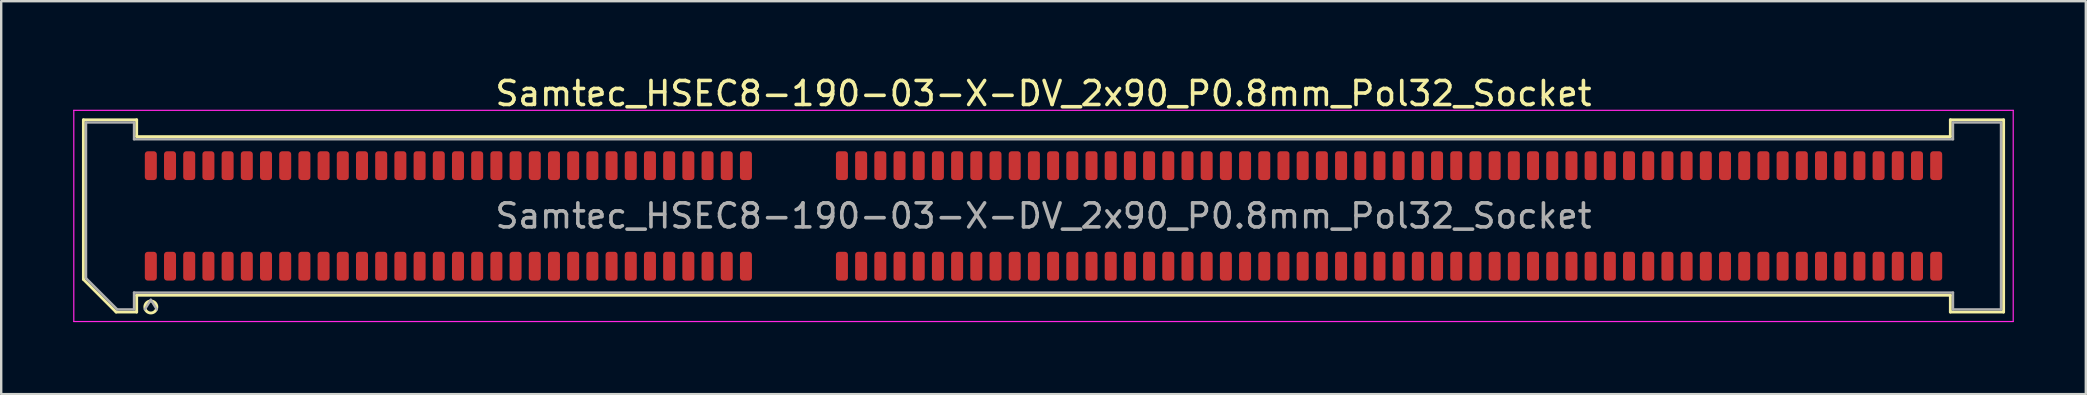
<source format=kicad_pcb>
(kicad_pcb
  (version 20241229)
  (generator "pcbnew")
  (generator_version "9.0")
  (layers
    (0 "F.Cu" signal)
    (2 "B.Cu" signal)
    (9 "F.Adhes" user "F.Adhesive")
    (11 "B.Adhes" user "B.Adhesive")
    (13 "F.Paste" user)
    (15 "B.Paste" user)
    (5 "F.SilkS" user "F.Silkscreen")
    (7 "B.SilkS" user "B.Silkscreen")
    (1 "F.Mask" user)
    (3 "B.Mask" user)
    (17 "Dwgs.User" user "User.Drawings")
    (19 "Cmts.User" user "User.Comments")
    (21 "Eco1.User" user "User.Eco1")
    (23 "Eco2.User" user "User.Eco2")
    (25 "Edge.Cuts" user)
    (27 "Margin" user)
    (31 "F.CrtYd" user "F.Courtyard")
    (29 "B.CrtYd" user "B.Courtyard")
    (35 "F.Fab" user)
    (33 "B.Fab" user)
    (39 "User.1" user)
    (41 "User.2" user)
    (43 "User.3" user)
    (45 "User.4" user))
  (footprint "Samtec_HSEC8-190-03-X-DV_2x90_P0.8mm_Pol32_Socket"
    (layer "F.Cu")
    (at 40.435 5.948)
    (property "Reference" "Samtec_HSEC8-190-03-X-DV_2x90_P0.8mm_Pol32_Socket" (at 0 -5.1 0) (layer "F.SilkS") (effects (font (size 1 1) (thickness 0.15))))
    (attr smd)
    (fp_line (start -40.01 -4.005) (end -37.79 -4.005) (stroke (width 0.12) (type solid)) (layer "F.SilkS"))
    (fp_line (start -40.01 2.641) (end -40.01 -4.005) (stroke (width 0.12) (type solid)) (layer "F.SilkS"))
    (fp_line (start -38.646 4.005) (end -40.01 2.641) (stroke (width 0.12) (type solid)) (layer "F.SilkS"))
    (fp_line (start -37.79 -4.005) (end -37.79 -3.305) (stroke (width 0.12) (type solid)) (layer "F.SilkS"))
    (fp_line (start -37.79 -3.305) (end 37.79 -3.305) (stroke (width 0.12) (type solid)) (layer "F.SilkS"))
    (fp_line (start -37.79 3.305) (end -37.79 4.005) (stroke (width 0.12) (type solid)) (layer "F.SilkS"))
    (fp_line (start -37.79 4.005) (end -38.646 4.005) (stroke (width 0.12) (type solid)) (layer "F.SilkS"))
    (fp_line (start 37.79 -4.005) (end 40.01 -4.005) (stroke (width 0.12) (type solid)) (layer "F.SilkS"))
    (fp_line (start 37.79 -3.305) (end 37.79 -4.005) (stroke (width 0.12) (type solid)) (layer "F.SilkS"))
    (fp_line (start 37.79 3.305) (end -37.79 3.305) (stroke (width 0.12) (type solid)) (layer "F.SilkS"))
    (fp_line (start 37.79 4.005) (end 37.79 3.305) (stroke (width 0.12) (type solid)) (layer "F.SilkS"))
    (fp_line (start 40.01 -4.005) (end 40.01 4.005) (stroke (width 0.12) (type solid)) (layer "F.SilkS"))
    (fp_line (start 40.01 4.005) (end 37.79 4.005) (stroke (width 0.12) (type solid)) (layer "F.SilkS"))
    (fp_arc (start -36.95 3.795) (mid -37.45 3.795) (end -36.95 3.795) (stroke (width 0.12) (type solid)) (layer "F.SilkS"))
    (fp_line (start -40.41 -4.4) (end -40.41 4.4) (stroke (width 0.05) (type solid)) (layer "F.CrtYd"))
    (fp_line (start -40.41 4.4) (end 40.41 4.4) (stroke (width 0.05) (type solid)) (layer "F.CrtYd"))
    (fp_line (start 40.41 -4.4) (end -40.41 -4.4) (stroke (width 0.05) (type solid)) (layer "F.CrtYd"))
    (fp_line (start 40.41 4.4) (end 40.41 -4.4) (stroke (width 0.05) (type solid)) (layer "F.CrtYd"))
    (fp_line (start -39.9 -3.895) (end -37.9 -3.895) (stroke (width 0.1) (type solid)) (layer "F.Fab"))
    (fp_line (start -39.9 2.595) (end -39.9 -3.895) (stroke (width 0.1) (type solid)) (layer "F.Fab"))
    (fp_line (start -38.6 3.895) (end -39.9 2.595) (stroke (width 0.1) (type solid)) (layer "F.Fab"))
    (fp_line (start -37.9 -3.895) (end -37.9 -3.195) (stroke (width 0.1) (type solid)) (layer "F.Fab"))
    (fp_line (start -37.9 -3.195) (end 37.9 -3.195) (stroke (width 0.1) (type solid)) (layer "F.Fab"))
    (fp_line (start -37.9 3.195) (end -37.9 3.895) (stroke (width 0.1) (type solid)) (layer "F.Fab"))
    (fp_line (start -37.9 3.895) (end -38.6 3.895) (stroke (width 0.1) (type solid)) (layer "F.Fab"))
    (fp_line (start -37.2 3.495) (end -37.45 3.895) (stroke (width 0.1) (type solid)) (layer "F.Fab"))
    (fp_line (start -37.2 3.495) (end -36.95 3.895) (stroke (width 0.1) (type solid)) (layer "F.Fab"))
    (fp_line (start 37.9 -3.895) (end 39.9 -3.895) (stroke (width 0.1) (type solid)) (layer "F.Fab"))
    (fp_line (start 37.9 -3.195) (end 37.9 -3.895) (stroke (width 0.1) (type solid)) (layer "F.Fab"))
    (fp_line (start 37.9 3.195) (end -37.9 3.195) (stroke (width 0.1) (type solid)) (layer "F.Fab"))
    (fp_line (start 37.9 3.895) (end 37.9 3.195) (stroke (width 0.1) (type solid)) (layer "F.Fab"))
    (fp_line (start 39.9 -3.895) (end 39.9 3.895) (stroke (width 0.1) (type solid)) (layer "F.Fab"))
    (fp_line (start 39.9 3.895) (end 37.9 3.895) (stroke (width 0.1) (type solid)) (layer "F.Fab"))
    (fp_text user "${REFERENCE}" (at 0 0 0) (layer "F.Fab") (effects (font (size 1 1) (thickness 0.15))))
    (pad "1" smd roundrect (at -37.2 2.095) (size 0.5 1.2) (layers "F.Cu" "F.Mask" "F.Paste") (roundrect_rratio 0.25))
    (pad "2" smd roundrect (at -37.2 -2.095) (size 0.5 1.2) (layers "F.Cu" "F.Mask" "F.Paste") (roundrect_rratio 0.25))
    (pad "3" smd roundrect (at -36.4 2.095) (size 0.5 1.2) (layers "F.Cu" "F.Mask" "F.Paste") (roundrect_rratio 0.25))
    (pad "4" smd roundrect (at -36.4 -2.095) (size 0.5 1.2) (layers "F.Cu" "F.Mask" "F.Paste") (roundrect_rratio 0.25))
    (pad "5" smd roundrect (at -35.6 2.095) (size 0.5 1.2) (layers "F.Cu" "F.Mask" "F.Paste") (roundrect_rratio 0.25))
    (pad "6" smd roundrect (at -35.6 -2.095) (size 0.5 1.2) (layers "F.Cu" "F.Mask" "F.Paste") (roundrect_rratio 0.25))
    (pad "7" smd roundrect (at -34.8 2.095) (size 0.5 1.2) (layers "F.Cu" "F.Mask" "F.Paste") (roundrect_rratio 0.25))
    (pad "8" smd roundrect (at -34.8 -2.095) (size 0.5 1.2) (layers "F.Cu" "F.Mask" "F.Paste") (roundrect_rratio 0.25))
    (pad "9" smd roundrect (at -34 2.095) (size 0.5 1.2) (layers "F.Cu" "F.Mask" "F.Paste") (roundrect_rratio 0.25))
    (pad "10" smd roundrect (at -34 -2.095) (size 0.5 1.2) (layers "F.Cu" "F.Mask" "F.Paste") (roundrect_rratio 0.25))
    (pad "11" smd roundrect (at -33.2 2.095) (size 0.5 1.2) (layers "F.Cu" "F.Mask" "F.Paste") (roundrect_rratio 0.25))
    (pad "12" smd roundrect (at -33.2 -2.095) (size 0.5 1.2) (layers "F.Cu" "F.Mask" "F.Paste") (roundrect_rratio 0.25))
    (pad "13" smd roundrect (at -32.4 2.095) (size 0.5 1.2) (layers "F.Cu" "F.Mask" "F.Paste") (roundrect_rratio 0.25))
    (pad "14" smd roundrect (at -32.4 -2.095) (size 0.5 1.2) (layers "F.Cu" "F.Mask" "F.Paste") (roundrect_rratio 0.25))
    (pad "15" smd roundrect (at -31.6 2.095) (size 0.5 1.2) (layers "F.Cu" "F.Mask" "F.Paste") (roundrect_rratio 0.25))
    (pad "16" smd roundrect (at -31.6 -2.095) (size 0.5 1.2) (layers "F.Cu" "F.Mask" "F.Paste") (roundrect_rratio 0.25))
    (pad "17" smd roundrect (at -30.8 2.095) (size 0.5 1.2) (layers "F.Cu" "F.Mask" "F.Paste") (roundrect_rratio 0.25))
    (pad "18" smd roundrect (at -30.8 -2.095) (size 0.5 1.2) (layers "F.Cu" "F.Mask" "F.Paste") (roundrect_rratio 0.25))
    (pad "19" smd roundrect (at -30 2.095) (size 0.5 1.2) (layers "F.Cu" "F.Mask" "F.Paste") (roundrect_rratio 0.25))
    (pad "20" smd roundrect (at -30 -2.095) (size 0.5 1.2) (layers "F.Cu" "F.Mask" "F.Paste") (roundrect_rratio 0.25))
    (pad "21" smd roundrect (at -29.2 2.095) (size 0.5 1.2) (layers "F.Cu" "F.Mask" "F.Paste") (roundrect_rratio 0.25))
    (pad "22" smd roundrect (at -29.2 -2.095) (size 0.5 1.2) (layers "F.Cu" "F.Mask" "F.Paste") (roundrect_rratio 0.25))
    (pad "23" smd roundrect (at -28.4 2.095) (size 0.5 1.2) (layers "F.Cu" "F.Mask" "F.Paste") (roundrect_rratio 0.25))
    (pad "24" smd roundrect (at -28.4 -2.095) (size 0.5 1.2) (layers "F.Cu" "F.Mask" "F.Paste") (roundrect_rratio 0.25))
    (pad "25" smd roundrect (at -27.6 2.095) (size 0.5 1.2) (layers "F.Cu" "F.Mask" "F.Paste") (roundrect_rratio 0.25))
    (pad "26" smd roundrect (at -27.6 -2.095) (size 0.5 1.2) (layers "F.Cu" "F.Mask" "F.Paste") (roundrect_rratio 0.25))
    (pad "27" smd roundrect (at -26.8 2.095) (size 0.5 1.2) (layers "F.Cu" "F.Mask" "F.Paste") (roundrect_rratio 0.25))
    (pad "28" smd roundrect (at -26.8 -2.095) (size 0.5 1.2) (layers "F.Cu" "F.Mask" "F.Paste") (roundrect_rratio 0.25))
    (pad "29" smd roundrect (at -26 2.095) (size 0.5 1.2) (layers "F.Cu" "F.Mask" "F.Paste") (roundrect_rratio 0.25))
    (pad "30" smd roundrect (at -26 -2.095) (size 0.5 1.2) (layers "F.Cu" "F.Mask" "F.Paste") (roundrect_rratio 0.25))
    (pad "31" smd roundrect (at -25.2 2.095) (size 0.5 1.2) (layers "F.Cu" "F.Mask" "F.Paste") (roundrect_rratio 0.25))
    (pad "32" smd roundrect (at -25.2 -2.095) (size 0.5 1.2) (layers "F.Cu" "F.Mask" "F.Paste") (roundrect_rratio 0.25))
    (pad "33" smd roundrect (at -24.4 2.095) (size 0.5 1.2) (layers "F.Cu" "F.Mask" "F.Paste") (roundrect_rratio 0.25))
    (pad "34" smd roundrect (at -24.4 -2.095) (size 0.5 1.2) (layers "F.Cu" "F.Mask" "F.Paste") (roundrect_rratio 0.25))
    (pad "35" smd roundrect (at -23.6 2.095) (size 0.5 1.2) (layers "F.Cu" "F.Mask" "F.Paste") (roundrect_rratio 0.25))
    (pad "36" smd roundrect (at -23.6 -2.095) (size 0.5 1.2) (layers "F.Cu" "F.Mask" "F.Paste") (roundrect_rratio 0.25))
    (pad "37" smd roundrect (at -22.8 2.095) (size 0.5 1.2) (layers "F.Cu" "F.Mask" "F.Paste") (roundrect_rratio 0.25))
    (pad "38" smd roundrect (at -22.8 -2.095) (size 0.5 1.2) (layers "F.Cu" "F.Mask" "F.Paste") (roundrect_rratio 0.25))
    (pad "39" smd roundrect (at -22 2.095) (size 0.5 1.2) (layers "F.Cu" "F.Mask" "F.Paste") (roundrect_rratio 0.25))
    (pad "40" smd roundrect (at -22 -2.095) (size 0.5 1.2) (layers "F.Cu" "F.Mask" "F.Paste") (roundrect_rratio 0.25))
    (pad "41" smd roundrect (at -21.2 2.095) (size 0.5 1.2) (layers "F.Cu" "F.Mask" "F.Paste") (roundrect_rratio 0.25))
    (pad "42" smd roundrect (at -21.2 -2.095) (size 0.5 1.2) (layers "F.Cu" "F.Mask" "F.Paste") (roundrect_rratio 0.25))
    (pad "43" smd roundrect (at -20.4 2.095) (size 0.5 1.2) (layers "F.Cu" "F.Mask" "F.Paste") (roundrect_rratio 0.25))
    (pad "44" smd roundrect (at -20.4 -2.095) (size 0.5 1.2) (layers "F.Cu" "F.Mask" "F.Paste") (roundrect_rratio 0.25))
    (pad "45" smd roundrect (at -19.6 2.095) (size 0.5 1.2) (layers "F.Cu" "F.Mask" "F.Paste") (roundrect_rratio 0.25))
    (pad "46" smd roundrect (at -19.6 -2.095) (size 0.5 1.2) (layers "F.Cu" "F.Mask" "F.Paste") (roundrect_rratio 0.25))
    (pad "47" smd roundrect (at -18.8 2.095) (size 0.5 1.2) (layers "F.Cu" "F.Mask" "F.Paste") (roundrect_rratio 0.25))
    (pad "48" smd roundrect (at -18.8 -2.095) (size 0.5 1.2) (layers "F.Cu" "F.Mask" "F.Paste") (roundrect_rratio 0.25))
    (pad "49" smd roundrect (at -18 2.095) (size 0.5 1.2) (layers "F.Cu" "F.Mask" "F.Paste") (roundrect_rratio 0.25))
    (pad "50" smd roundrect (at -18 -2.095) (size 0.5 1.2) (layers "F.Cu" "F.Mask" "F.Paste") (roundrect_rratio 0.25))
    (pad "51" smd roundrect (at -17.2 2.095) (size 0.5 1.2) (layers "F.Cu" "F.Mask" "F.Paste") (roundrect_rratio 0.25))
    (pad "52" smd roundrect (at -17.2 -2.095) (size 0.5 1.2) (layers "F.Cu" "F.Mask" "F.Paste") (roundrect_rratio 0.25))
    (pad "53" smd roundrect (at -16.4 2.095) (size 0.5 1.2) (layers "F.Cu" "F.Mask" "F.Paste") (roundrect_rratio 0.25))
    (pad "54" smd roundrect (at -16.4 -2.095) (size 0.5 1.2) (layers "F.Cu" "F.Mask" "F.Paste") (roundrect_rratio 0.25))
    (pad "55" smd roundrect (at -15.6 2.095) (size 0.5 1.2) (layers "F.Cu" "F.Mask" "F.Paste") (roundrect_rratio 0.25))
    (pad "56" smd roundrect (at -15.6 -2.095) (size 0.5 1.2) (layers "F.Cu" "F.Mask" "F.Paste") (roundrect_rratio 0.25))
    (pad "57" smd roundrect (at -14.8 2.095) (size 0.5 1.2) (layers "F.Cu" "F.Mask" "F.Paste") (roundrect_rratio 0.25))
    (pad "58" smd roundrect (at -14.8 -2.095) (size 0.5 1.2) (layers "F.Cu" "F.Mask" "F.Paste") (roundrect_rratio 0.25))
    (pad "59" smd roundrect (at -14 2.095) (size 0.5 1.2) (layers "F.Cu" "F.Mask" "F.Paste") (roundrect_rratio 0.25))
    (pad "60" smd roundrect (at -14 -2.095) (size 0.5 1.2) (layers "F.Cu" "F.Mask" "F.Paste") (roundrect_rratio 0.25))
    (pad "61" smd roundrect (at -13.2 2.095) (size 0.5 1.2) (layers "F.Cu" "F.Mask" "F.Paste") (roundrect_rratio 0.25))
    (pad "62" smd roundrect (at -13.2 -2.095) (size 0.5 1.2) (layers "F.Cu" "F.Mask" "F.Paste") (roundrect_rratio 0.25))
    (pad "63" smd roundrect (at -12.4 2.095) (size 0.5 1.2) (layers "F.Cu" "F.Mask" "F.Paste") (roundrect_rratio 0.25))
    (pad "64" smd roundrect (at -12.4 -2.095) (size 0.5 1.2) (layers "F.Cu" "F.Mask" "F.Paste") (roundrect_rratio 0.25))
    (pad "65" smd roundrect (at -8.4 2.095) (size 0.5 1.2) (layers "F.Cu" "F.Mask" "F.Paste") (roundrect_rratio 0.25))
    (pad "66" smd roundrect (at -8.4 -2.095) (size 0.5 1.2) (layers "F.Cu" "F.Mask" "F.Paste") (roundrect_rratio 0.25))
    (pad "67" smd roundrect (at -7.6 2.095) (size 0.5 1.2) (layers "F.Cu" "F.Mask" "F.Paste") (roundrect_rratio 0.25))
    (pad "68" smd roundrect (at -7.6 -2.095) (size 0.5 1.2) (layers "F.Cu" "F.Mask" "F.Paste") (roundrect_rratio 0.25))
    (pad "69" smd roundrect (at -6.8 2.095) (size 0.5 1.2) (layers "F.Cu" "F.Mask" "F.Paste") (roundrect_rratio 0.25))
    (pad "70" smd roundrect (at -6.8 -2.095) (size 0.5 1.2) (layers "F.Cu" "F.Mask" "F.Paste") (roundrect_rratio 0.25))
    (pad "71" smd roundrect (at -6 2.095) (size 0.5 1.2) (layers "F.Cu" "F.Mask" "F.Paste") (roundrect_rratio 0.25))
    (pad "72" smd roundrect (at -6 -2.095) (size 0.5 1.2) (layers "F.Cu" "F.Mask" "F.Paste") (roundrect_rratio 0.25))
    (pad "73" smd roundrect (at -5.2 2.095) (size 0.5 1.2) (layers "F.Cu" "F.Mask" "F.Paste") (roundrect_rratio 0.25))
    (pad "74" smd roundrect (at -5.2 -2.095) (size 0.5 1.2) (layers "F.Cu" "F.Mask" "F.Paste") (roundrect_rratio 0.25))
    (pad "75" smd roundrect (at -4.4 2.095) (size 0.5 1.2) (layers "F.Cu" "F.Mask" "F.Paste") (roundrect_rratio 0.25))
    (pad "76" smd roundrect (at -4.4 -2.095) (size 0.5 1.2) (layers "F.Cu" "F.Mask" "F.Paste") (roundrect_rratio 0.25))
    (pad "77" smd roundrect (at -3.6 2.095) (size 0.5 1.2) (layers "F.Cu" "F.Mask" "F.Paste") (roundrect_rratio 0.25))
    (pad "78" smd roundrect (at -3.6 -2.095) (size 0.5 1.2) (layers "F.Cu" "F.Mask" "F.Paste") (roundrect_rratio 0.25))
    (pad "79" smd roundrect (at -2.8 2.095) (size 0.5 1.2) (layers "F.Cu" "F.Mask" "F.Paste") (roundrect_rratio 0.25))
    (pad "80" smd roundrect (at -2.8 -2.095) (size 0.5 1.2) (layers "F.Cu" "F.Mask" "F.Paste") (roundrect_rratio 0.25))
    (pad "81" smd roundrect (at -2 2.095) (size 0.5 1.2) (layers "F.Cu" "F.Mask" "F.Paste") (roundrect_rratio 0.25))
    (pad "82" smd roundrect (at -2 -2.095) (size 0.5 1.2) (layers "F.Cu" "F.Mask" "F.Paste") (roundrect_rratio 0.25))
    (pad "83" smd roundrect (at -1.2 2.095) (size 0.5 1.2) (layers "F.Cu" "F.Mask" "F.Paste") (roundrect_rratio 0.25))
    (pad "84" smd roundrect (at -1.2 -2.095) (size 0.5 1.2) (layers "F.Cu" "F.Mask" "F.Paste") (roundrect_rratio 0.25))
    (pad "85" smd roundrect (at -0.4 2.095) (size 0.5 1.2) (layers "F.Cu" "F.Mask" "F.Paste") (roundrect_rratio 0.25))
    (pad "86" smd roundrect (at -0.4 -2.095) (size 0.5 1.2) (layers "F.Cu" "F.Mask" "F.Paste") (roundrect_rratio 0.25))
    (pad "87" smd roundrect (at 0.4 2.095) (size 0.5 1.2) (layers "F.Cu" "F.Mask" "F.Paste") (roundrect_rratio 0.25))
    (pad "88" smd roundrect (at 0.4 -2.095) (size 0.5 1.2) (layers "F.Cu" "F.Mask" "F.Paste") (roundrect_rratio 0.25))
    (pad "89" smd roundrect (at 1.2 2.095) (size 0.5 1.2) (layers "F.Cu" "F.Mask" "F.Paste") (roundrect_rratio 0.25))
    (pad "90" smd roundrect (at 1.2 -2.095) (size 0.5 1.2) (layers "F.Cu" "F.Mask" "F.Paste") (roundrect_rratio 0.25))
    (pad "91" smd roundrect (at 2 2.095) (size 0.5 1.2) (layers "F.Cu" "F.Mask" "F.Paste") (roundrect_rratio 0.25))
    (pad "92" smd roundrect (at 2 -2.095) (size 0.5 1.2) (layers "F.Cu" "F.Mask" "F.Paste") (roundrect_rratio 0.25))
    (pad "93" smd roundrect (at 2.8 2.095) (size 0.5 1.2) (layers "F.Cu" "F.Mask" "F.Paste") (roundrect_rratio 0.25))
    (pad "94" smd roundrect (at 2.8 -2.095) (size 0.5 1.2) (layers "F.Cu" "F.Mask" "F.Paste") (roundrect_rratio 0.25))
    (pad "95" smd roundrect (at 3.6 2.095) (size 0.5 1.2) (layers "F.Cu" "F.Mask" "F.Paste") (roundrect_rratio 0.25))
    (pad "96" smd roundrect (at 3.6 -2.095) (size 0.5 1.2) (layers "F.Cu" "F.Mask" "F.Paste") (roundrect_rratio 0.25))
    (pad "97" smd roundrect (at 4.4 2.095) (size 0.5 1.2) (layers "F.Cu" "F.Mask" "F.Paste") (roundrect_rratio 0.25))
    (pad "98" smd roundrect (at 4.4 -2.095) (size 0.5 1.2) (layers "F.Cu" "F.Mask" "F.Paste") (roundrect_rratio 0.25))
    (pad "99" smd roundrect (at 5.2 2.095) (size 0.5 1.2) (layers "F.Cu" "F.Mask" "F.Paste") (roundrect_rratio 0.25))
    (pad "100" smd roundrect (at 5.2 -2.095) (size 0.5 1.2) (layers "F.Cu" "F.Mask" "F.Paste") (roundrect_rratio 0.25))
    (pad "101" smd roundrect (at 6 2.095) (size 0.5 1.2) (layers "F.Cu" "F.Mask" "F.Paste") (roundrect_rratio 0.25))
    (pad "102" smd roundrect (at 6 -2.095) (size 0.5 1.2) (layers "F.Cu" "F.Mask" "F.Paste") (roundrect_rratio 0.25))
    (pad "103" smd roundrect (at 6.8 2.095) (size 0.5 1.2) (layers "F.Cu" "F.Mask" "F.Paste") (roundrect_rratio 0.25))
    (pad "104" smd roundrect (at 6.8 -2.095) (size 0.5 1.2) (layers "F.Cu" "F.Mask" "F.Paste") (roundrect_rratio 0.25))
    (pad "105" smd roundrect (at 7.6 2.095) (size 0.5 1.2) (layers "F.Cu" "F.Mask" "F.Paste") (roundrect_rratio 0.25))
    (pad "106" smd roundrect (at 7.6 -2.095) (size 0.5 1.2) (layers "F.Cu" "F.Mask" "F.Paste") (roundrect_rratio 0.25))
    (pad "107" smd roundrect (at 8.4 2.095) (size 0.5 1.2) (layers "F.Cu" "F.Mask" "F.Paste") (roundrect_rratio 0.25))
    (pad "108" smd roundrect (at 8.4 -2.095) (size 0.5 1.2) (layers "F.Cu" "F.Mask" "F.Paste") (roundrect_rratio 0.25))
    (pad "109" smd roundrect (at 9.2 2.095) (size 0.5 1.2) (layers "F.Cu" "F.Mask" "F.Paste") (roundrect_rratio 0.25))
    (pad "110" smd roundrect (at 9.2 -2.095) (size 0.5 1.2) (layers "F.Cu" "F.Mask" "F.Paste") (roundrect_rratio 0.25))
    (pad "111" smd roundrect (at 10 2.095) (size 0.5 1.2) (layers "F.Cu" "F.Mask" "F.Paste") (roundrect_rratio 0.25))
    (pad "112" smd roundrect (at 10 -2.095) (size 0.5 1.2) (layers "F.Cu" "F.Mask" "F.Paste") (roundrect_rratio 0.25))
    (pad "113" smd roundrect (at 10.8 2.095) (size 0.5 1.2) (layers "F.Cu" "F.Mask" "F.Paste") (roundrect_rratio 0.25))
    (pad "114" smd roundrect (at 10.8 -2.095) (size 0.5 1.2) (layers "F.Cu" "F.Mask" "F.Paste") (roundrect_rratio 0.25))
    (pad "115" smd roundrect (at 11.6 2.095) (size 0.5 1.2) (layers "F.Cu" "F.Mask" "F.Paste") (roundrect_rratio 0.25))
    (pad "116" smd roundrect (at 11.6 -2.095) (size 0.5 1.2) (layers "F.Cu" "F.Mask" "F.Paste") (roundrect_rratio 0.25))
    (pad "117" smd roundrect (at 12.4 2.095) (size 0.5 1.2) (layers "F.Cu" "F.Mask" "F.Paste") (roundrect_rratio 0.25))
    (pad "118" smd roundrect (at 12.4 -2.095) (size 0.5 1.2) (layers "F.Cu" "F.Mask" "F.Paste") (roundrect_rratio 0.25))
    (pad "119" smd roundrect (at 13.2 2.095) (size 0.5 1.2) (layers "F.Cu" "F.Mask" "F.Paste") (roundrect_rratio 0.25))
    (pad "120" smd roundrect (at 13.2 -2.095) (size 0.5 1.2) (layers "F.Cu" "F.Mask" "F.Paste") (roundrect_rratio 0.25))
    (pad "121" smd roundrect (at 14 2.095) (size 0.5 1.2) (layers "F.Cu" "F.Mask" "F.Paste") (roundrect_rratio 0.25))
    (pad "122" smd roundrect (at 14 -2.095) (size 0.5 1.2) (layers "F.Cu" "F.Mask" "F.Paste") (roundrect_rratio 0.25))
    (pad "123" smd roundrect (at 14.8 2.095) (size 0.5 1.2) (layers "F.Cu" "F.Mask" "F.Paste") (roundrect_rratio 0.25))
    (pad "124" smd roundrect (at 14.8 -2.095) (size 0.5 1.2) (layers "F.Cu" "F.Mask" "F.Paste") (roundrect_rratio 0.25))
    (pad "125" smd roundrect (at 15.6 2.095) (size 0.5 1.2) (layers "F.Cu" "F.Mask" "F.Paste") (roundrect_rratio 0.25))
    (pad "126" smd roundrect (at 15.6 -2.095) (size 0.5 1.2) (layers "F.Cu" "F.Mask" "F.Paste") (roundrect_rratio 0.25))
    (pad "127" smd roundrect (at 16.4 2.095) (size 0.5 1.2) (layers "F.Cu" "F.Mask" "F.Paste") (roundrect_rratio 0.25))
    (pad "128" smd roundrect (at 16.4 -2.095) (size 0.5 1.2) (layers "F.Cu" "F.Mask" "F.Paste") (roundrect_rratio 0.25))
    (pad "129" smd roundrect (at 17.2 2.095) (size 0.5 1.2) (layers "F.Cu" "F.Mask" "F.Paste") (roundrect_rratio 0.25))
    (pad "130" smd roundrect (at 17.2 -2.095) (size 0.5 1.2) (layers "F.Cu" "F.Mask" "F.Paste") (roundrect_rratio 0.25))
    (pad "131" smd roundrect (at 18 2.095) (size 0.5 1.2) (layers "F.Cu" "F.Mask" "F.Paste") (roundrect_rratio 0.25))
    (pad "132" smd roundrect (at 18 -2.095) (size 0.5 1.2) (layers "F.Cu" "F.Mask" "F.Paste") (roundrect_rratio 0.25))
    (pad "133" smd roundrect (at 18.8 2.095) (size 0.5 1.2) (layers "F.Cu" "F.Mask" "F.Paste") (roundrect_rratio 0.25))
    (pad "134" smd roundrect (at 18.8 -2.095) (size 0.5 1.2) (layers "F.Cu" "F.Mask" "F.Paste") (roundrect_rratio 0.25))
    (pad "135" smd roundrect (at 19.6 2.095) (size 0.5 1.2) (layers "F.Cu" "F.Mask" "F.Paste") (roundrect_rratio 0.25))
    (pad "136" smd roundrect (at 19.6 -2.095) (size 0.5 1.2) (layers "F.Cu" "F.Mask" "F.Paste") (roundrect_rratio 0.25))
    (pad "137" smd roundrect (at 20.4 2.095) (size 0.5 1.2) (layers "F.Cu" "F.Mask" "F.Paste") (roundrect_rratio 0.25))
    (pad "138" smd roundrect (at 20.4 -2.095) (size 0.5 1.2) (layers "F.Cu" "F.Mask" "F.Paste") (roundrect_rratio 0.25))
    (pad "139" smd roundrect (at 21.2 2.095) (size 0.5 1.2) (layers "F.Cu" "F.Mask" "F.Paste") (roundrect_rratio 0.25))
    (pad "140" smd roundrect (at 21.2 -2.095) (size 0.5 1.2) (layers "F.Cu" "F.Mask" "F.Paste") (roundrect_rratio 0.25))
    (pad "141" smd roundrect (at 22 2.095) (size 0.5 1.2) (layers "F.Cu" "F.Mask" "F.Paste") (roundrect_rratio 0.25))
    (pad "142" smd roundrect (at 22 -2.095) (size 0.5 1.2) (layers "F.Cu" "F.Mask" "F.Paste") (roundrect_rratio 0.25))
    (pad "143" smd roundrect (at 22.8 2.095) (size 0.5 1.2) (layers "F.Cu" "F.Mask" "F.Paste") (roundrect_rratio 0.25))
    (pad "144" smd roundrect (at 22.8 -2.095) (size 0.5 1.2) (layers "F.Cu" "F.Mask" "F.Paste") (roundrect_rratio 0.25))
    (pad "145" smd roundrect (at 23.6 2.095) (size 0.5 1.2) (layers "F.Cu" "F.Mask" "F.Paste") (roundrect_rratio 0.25))
    (pad "146" smd roundrect (at 23.6 -2.095) (size 0.5 1.2) (layers "F.Cu" "F.Mask" "F.Paste") (roundrect_rratio 0.25))
    (pad "147" smd roundrect (at 24.4 2.095) (size 0.5 1.2) (layers "F.Cu" "F.Mask" "F.Paste") (roundrect_rratio 0.25))
    (pad "148" smd roundrect (at 24.4 -2.095) (size 0.5 1.2) (layers "F.Cu" "F.Mask" "F.Paste") (roundrect_rratio 0.25))
    (pad "149" smd roundrect (at 25.2 2.095) (size 0.5 1.2) (layers "F.Cu" "F.Mask" "F.Paste") (roundrect_rratio 0.25))
    (pad "150" smd roundrect (at 25.2 -2.095) (size 0.5 1.2) (layers "F.Cu" "F.Mask" "F.Paste") (roundrect_rratio 0.25))
    (pad "151" smd roundrect (at 26 2.095) (size 0.5 1.2) (layers "F.Cu" "F.Mask" "F.Paste") (roundrect_rratio 0.25))
    (pad "152" smd roundrect (at 26 -2.095) (size 0.5 1.2) (layers "F.Cu" "F.Mask" "F.Paste") (roundrect_rratio 0.25))
    (pad "153" smd roundrect (at 26.8 2.095) (size 0.5 1.2) (layers "F.Cu" "F.Mask" "F.Paste") (roundrect_rratio 0.25))
    (pad "154" smd roundrect (at 26.8 -2.095) (size 0.5 1.2) (layers "F.Cu" "F.Mask" "F.Paste") (roundrect_rratio 0.25))
    (pad "155" smd roundrect (at 27.6 2.095) (size 0.5 1.2) (layers "F.Cu" "F.Mask" "F.Paste") (roundrect_rratio 0.25))
    (pad "156" smd roundrect (at 27.6 -2.095) (size 0.5 1.2) (layers "F.Cu" "F.Mask" "F.Paste") (roundrect_rratio 0.25))
    (pad "157" smd roundrect (at 28.4 2.095) (size 0.5 1.2) (layers "F.Cu" "F.Mask" "F.Paste") (roundrect_rratio 0.25))
    (pad "158" smd roundrect (at 28.4 -2.095) (size 0.5 1.2) (layers "F.Cu" "F.Mask" "F.Paste") (roundrect_rratio 0.25))
    (pad "159" smd roundrect (at 29.2 2.095) (size 0.5 1.2) (layers "F.Cu" "F.Mask" "F.Paste") (roundrect_rratio 0.25))
    (pad "160" smd roundrect (at 29.2 -2.095) (size 0.5 1.2) (layers "F.Cu" "F.Mask" "F.Paste") (roundrect_rratio 0.25))
    (pad "161" smd roundrect (at 30 2.095) (size 0.5 1.2) (layers "F.Cu" "F.Mask" "F.Paste") (roundrect_rratio 0.25))
    (pad "162" smd roundrect (at 30 -2.095) (size 0.5 1.2) (layers "F.Cu" "F.Mask" "F.Paste") (roundrect_rratio 0.25))
    (pad "163" smd roundrect (at 30.8 2.095) (size 0.5 1.2) (layers "F.Cu" "F.Mask" "F.Paste") (roundrect_rratio 0.25))
    (pad "164" smd roundrect (at 30.8 -2.095) (size 0.5 1.2) (layers "F.Cu" "F.Mask" "F.Paste") (roundrect_rratio 0.25))
    (pad "165" smd roundrect (at 31.6 2.095) (size 0.5 1.2) (layers "F.Cu" "F.Mask" "F.Paste") (roundrect_rratio 0.25))
    (pad "166" smd roundrect (at 31.6 -2.095) (size 0.5 1.2) (layers "F.Cu" "F.Mask" "F.Paste") (roundrect_rratio 0.25))
    (pad "167" smd roundrect (at 32.4 2.095) (size 0.5 1.2) (layers "F.Cu" "F.Mask" "F.Paste") (roundrect_rratio 0.25))
    (pad "168" smd roundrect (at 32.4 -2.095) (size 0.5 1.2) (layers "F.Cu" "F.Mask" "F.Paste") (roundrect_rratio 0.25))
    (pad "169" smd roundrect (at 33.2 2.095) (size 0.5 1.2) (layers "F.Cu" "F.Mask" "F.Paste") (roundrect_rratio 0.25))
    (pad "170" smd roundrect (at 33.2 -2.095) (size 0.5 1.2) (layers "F.Cu" "F.Mask" "F.Paste") (roundrect_rratio 0.25))
    (pad "171" smd roundrect (at 34 2.095) (size 0.5 1.2) (layers "F.Cu" "F.Mask" "F.Paste") (roundrect_rratio 0.25))
    (pad "172" smd roundrect (at 34 -2.095) (size 0.5 1.2) (layers "F.Cu" "F.Mask" "F.Paste") (roundrect_rratio 0.25))
    (pad "173" smd roundrect (at 34.8 2.095) (size 0.5 1.2) (layers "F.Cu" "F.Mask" "F.Paste") (roundrect_rratio 0.25))
    (pad "174" smd roundrect (at 34.8 -2.095) (size 0.5 1.2) (layers "F.Cu" "F.Mask" "F.Paste") (roundrect_rratio 0.25))
    (pad "175" smd roundrect (at 35.6 2.095) (size 0.5 1.2) (layers "F.Cu" "F.Mask" "F.Paste") (roundrect_rratio 0.25))
    (pad "176" smd roundrect (at 35.6 -2.095) (size 0.5 1.2) (layers "F.Cu" "F.Mask" "F.Paste") (roundrect_rratio 0.25))
    (pad "177" smd roundrect (at 36.4 2.095) (size 0.5 1.2) (layers "F.Cu" "F.Mask" "F.Paste") (roundrect_rratio 0.25))
    (pad "178" smd roundrect (at 36.4 -2.095) (size 0.5 1.2) (layers "F.Cu" "F.Mask" "F.Paste") (roundrect_rratio 0.25))
    (pad "179" smd roundrect (at 37.2 2.095) (size 0.5 1.2) (layers "F.Cu" "F.Mask" "F.Paste") (roundrect_rratio 0.25))
    (pad "180" smd roundrect (at 37.2 -2.095) (size 0.5 1.2) (layers "F.Cu" "F.Mask" "F.Paste") (roundrect_rratio 0.25)))
  (gr_rect
    (start -3 -3)
    (end 83.87 13.373)
    (stroke (width 0.1) (type default))
    (fill no)
    (layer "Edge.Cuts")))
</source>
